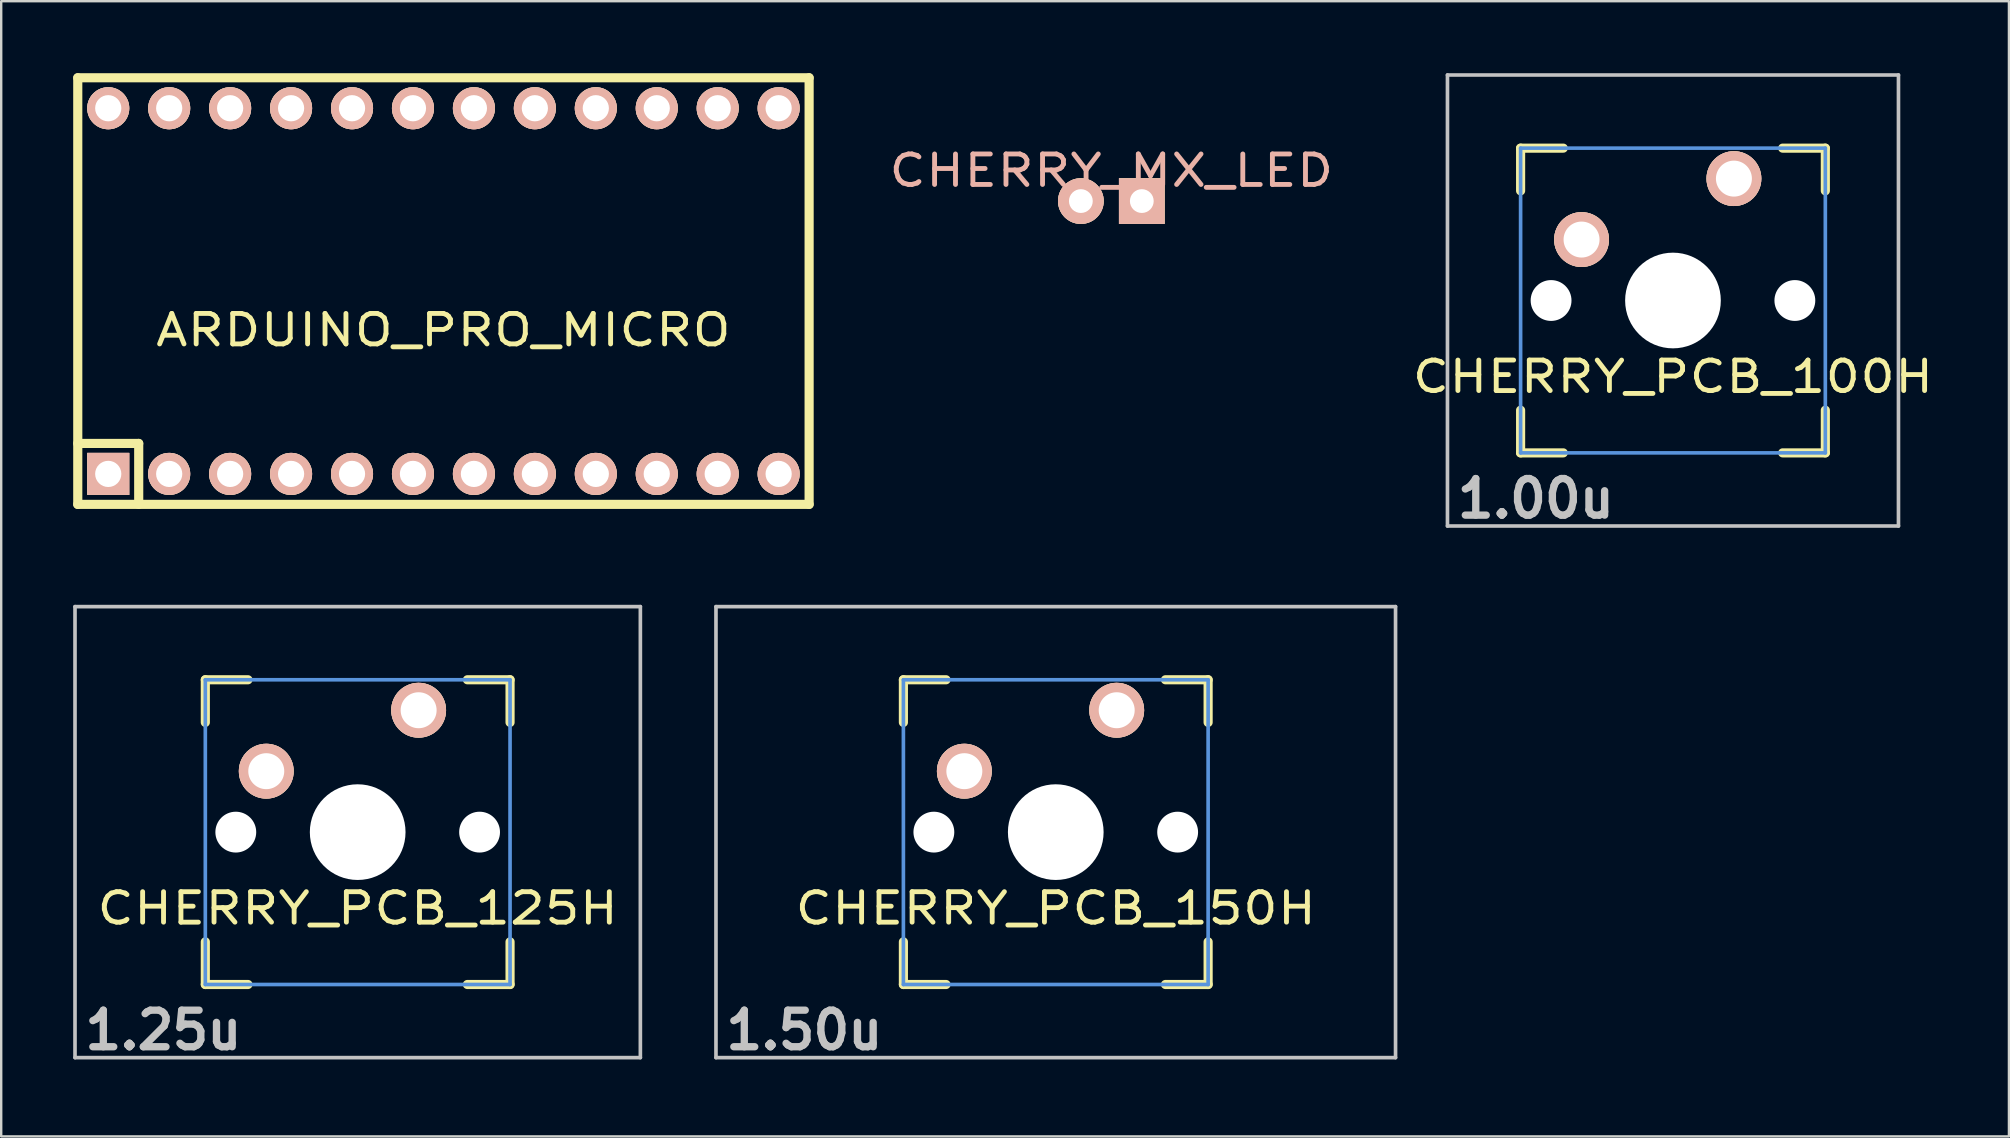
<source format=kicad_pcb>
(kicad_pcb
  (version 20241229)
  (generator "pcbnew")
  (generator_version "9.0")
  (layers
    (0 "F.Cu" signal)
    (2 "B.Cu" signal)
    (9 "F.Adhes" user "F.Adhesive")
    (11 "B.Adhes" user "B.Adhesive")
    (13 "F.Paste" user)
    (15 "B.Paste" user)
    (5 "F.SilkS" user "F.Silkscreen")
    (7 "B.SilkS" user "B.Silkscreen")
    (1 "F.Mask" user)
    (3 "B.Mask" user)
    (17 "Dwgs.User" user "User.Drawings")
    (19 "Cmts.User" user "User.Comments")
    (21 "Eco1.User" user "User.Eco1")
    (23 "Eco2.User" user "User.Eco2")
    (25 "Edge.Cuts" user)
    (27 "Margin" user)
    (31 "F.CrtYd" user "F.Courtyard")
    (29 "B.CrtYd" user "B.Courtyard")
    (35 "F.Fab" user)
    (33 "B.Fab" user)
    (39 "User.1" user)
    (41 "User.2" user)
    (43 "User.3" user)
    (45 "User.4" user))
  (footprint "CHERRY_MX_LED"
    (layer "F.Cu")
    (at 43.266 0.25)
    (property "Reference" "CHERRY_MX_LED" (at 0 3.81 0) (layer "B.SilkS") (effects (font (size 1.27 1.524) (thickness 0.203))))
    (attr through_hole)
    (pad "1" thru_hole circle (at -1.27 5.08) (size 1.905 1.905) (drill 0.991) (layers "*.Cu" "*.SilkS" "*.Mask"))
    (pad "2" thru_hole rect (at 1.27 5.08) (size 1.905 1.905) (drill 0.991) (layers "*.Cu" "*.SilkS" "*.Mask")))
  (footprint "CHERRY_PCB_150H"
    (layer "F.Cu")
    (at 40.95 31.63)
    (property "Reference" "CHERRY_PCB_150H" (at 0 3.175 0) (layer "F.SilkS") (effects (font (size 1.27 1.524) (thickness 0.203))))
    (attr through_hole)
    (fp_line (start -6.35 -6.35) (end -4.572 -6.35) (stroke (width 0.381) (type solid)) (layer "F.SilkS"))
    (fp_line (start -6.35 -4.572) (end -6.35 -6.35) (stroke (width 0.381) (type solid)) (layer "F.SilkS"))
    (fp_line (start -6.35 6.35) (end -6.35 4.572) (stroke (width 0.381) (type solid)) (layer "F.SilkS"))
    (fp_line (start -4.572 6.35) (end -6.35 6.35) (stroke (width 0.381) (type solid)) (layer "F.SilkS"))
    (fp_line (start 4.572 -6.35) (end 6.35 -6.35) (stroke (width 0.381) (type solid)) (layer "F.SilkS"))
    (fp_line (start 6.35 -6.35) (end 6.35 -4.572) (stroke (width 0.381) (type solid)) (layer "F.SilkS"))
    (fp_line (start 6.35 4.572) (end 6.35 6.35) (stroke (width 0.381) (type solid)) (layer "F.SilkS"))
    (fp_line (start 6.35 6.35) (end 4.572 6.35) (stroke (width 0.381) (type solid)) (layer "F.SilkS"))
    (fp_line (start -14.161 -9.398) (end 14.161 -9.398) (stroke (width 0.152) (type solid)) (layer "Dwgs.User"))
    (fp_line (start -14.161 9.398) (end -14.161 -9.398) (stroke (width 0.152) (type solid)) (layer "Dwgs.User"))
    (fp_line (start 14.161 -9.398) (end 14.161 9.398) (stroke (width 0.152) (type solid)) (layer "Dwgs.User"))
    (fp_line (start 14.161 9.398) (end -14.161 9.398) (stroke (width 0.152) (type solid)) (layer "Dwgs.User"))
    (fp_line (start -6.35 -6.35) (end 6.35 -6.35) (stroke (width 0.152) (type solid)) (layer "Cmts.User"))
    (fp_line (start -6.35 6.35) (end -6.35 -6.35) (stroke (width 0.152) (type solid)) (layer "Cmts.User"))
    (fp_line (start 6.35 -6.35) (end 6.35 6.35) (stroke (width 0.152) (type solid)) (layer "Cmts.User"))
    (fp_line (start 6.35 6.35) (end -6.35 6.35) (stroke (width 0.152) (type solid)) (layer "Cmts.User"))
    (fp_line (start -6.985 -6.985) (end 6.985 -6.985) (stroke (width 0.152) (type solid)) (layer "Eco2.User"))
    (fp_line (start -6.985 6.985) (end -6.985 -6.985) (stroke (width 0.152) (type solid)) (layer "Eco2.User"))
    (fp_line (start 6.985 -6.985) (end 6.985 6.985) (stroke (width 0.152) (type solid)) (layer "Eco2.User"))
    (fp_line (start 6.985 6.985) (end -6.985 6.985) (stroke (width 0.152) (type solid)) (layer "Eco2.User"))
    (fp_text user "1.50u" (at -10.477 8.255 0) (layer "Dwgs.User") (effects (font (size 1.524 1.524) (thickness 0.305))))
    (pad "" np_thru_hole circle (at -5.08 0) (size 1.702 1.702) (drill 1.702) (layers "*.Cu"))
    (pad "" np_thru_hole circle (at 0 0) (size 3.988 3.988) (drill 3.988) (layers "*.Cu"))
    (pad "" np_thru_hole circle (at 5.08 0) (size 1.702 1.702) (drill 1.702) (layers "*.Cu"))
    (pad "1" thru_hole circle (at 2.54 -5.08) (size 2.286 2.286) (drill 1.499) (layers "*.Cu" "*.SilkS" "*.Mask"))
    (pad "2" thru_hole circle (at -3.81 -2.54) (size 2.286 2.286) (drill 1.499) (layers "*.Cu" "*.SilkS" "*.Mask")))
  (footprint "CHERRY_PCB_100H"
    (layer "F.Cu")
    (at 66.673 9.474)
    (property "Reference" "CHERRY_PCB_100H" (at 0 3.175 0) (layer "F.SilkS") (effects (font (size 1.27 1.524) (thickness 0.203))))
    (attr through_hole)
    (fp_line (start -6.35 -6.35) (end -4.572 -6.35) (stroke (width 0.381) (type solid)) (layer "F.SilkS"))
    (fp_line (start -6.35 -4.572) (end -6.35 -6.35) (stroke (width 0.381) (type solid)) (layer "F.SilkS"))
    (fp_line (start -6.35 6.35) (end -6.35 4.572) (stroke (width 0.381) (type solid)) (layer "F.SilkS"))
    (fp_line (start -4.572 6.35) (end -6.35 6.35) (stroke (width 0.381) (type solid)) (layer "F.SilkS"))
    (fp_line (start 4.572 -6.35) (end 6.35 -6.35) (stroke (width 0.381) (type solid)) (layer "F.SilkS"))
    (fp_line (start 6.35 -6.35) (end 6.35 -4.572) (stroke (width 0.381) (type solid)) (layer "F.SilkS"))
    (fp_line (start 6.35 4.572) (end 6.35 6.35) (stroke (width 0.381) (type solid)) (layer "F.SilkS"))
    (fp_line (start 6.35 6.35) (end 4.572 6.35) (stroke (width 0.381) (type solid)) (layer "F.SilkS"))
    (fp_line (start -9.398 -9.398) (end 9.398 -9.398) (stroke (width 0.152) (type solid)) (layer "Dwgs.User"))
    (fp_line (start -9.398 9.398) (end -9.398 -9.398) (stroke (width 0.152) (type solid)) (layer "Dwgs.User"))
    (fp_line (start 9.398 -9.398) (end 9.398 9.398) (stroke (width 0.152) (type solid)) (layer "Dwgs.User"))
    (fp_line (start 9.398 9.398) (end -9.398 9.398) (stroke (width 0.152) (type solid)) (layer "Dwgs.User"))
    (fp_line (start -6.35 -6.35) (end 6.35 -6.35) (stroke (width 0.152) (type solid)) (layer "Cmts.User"))
    (fp_line (start -6.35 6.35) (end -6.35 -6.35) (stroke (width 0.152) (type solid)) (layer "Cmts.User"))
    (fp_line (start 6.35 -6.35) (end 6.35 6.35) (stroke (width 0.152) (type solid)) (layer "Cmts.User"))
    (fp_line (start 6.35 6.35) (end -6.35 6.35) (stroke (width 0.152) (type solid)) (layer "Cmts.User"))
    (fp_line (start -6.985 -6.985) (end 6.985 -6.985) (stroke (width 0.152) (type solid)) (layer "Eco2.User"))
    (fp_line (start -6.985 6.985) (end -6.985 -6.985) (stroke (width 0.152) (type solid)) (layer "Eco2.User"))
    (fp_line (start 6.985 -6.985) (end 6.985 6.985) (stroke (width 0.152) (type solid)) (layer "Eco2.User"))
    (fp_line (start 6.985 6.985) (end -6.985 6.985) (stroke (width 0.152) (type solid)) (layer "Eco2.User"))
    (fp_text user "1.00u" (at -5.715 8.255 0) (layer "Dwgs.User") (effects (font (size 1.524 1.524) (thickness 0.305))))
    (pad "" np_thru_hole circle (at -5.08 0) (size 1.702 1.702) (drill 1.702) (layers "*.Cu"))
    (pad "" np_thru_hole circle (at 0 0) (size 3.988 3.988) (drill 3.988) (layers "*.Cu"))
    (pad "" np_thru_hole circle (at 5.08 0) (size 1.702 1.702) (drill 1.702) (layers "*.Cu"))
    (pad "1" thru_hole circle (at 2.54 -5.08) (size 2.286 2.286) (drill 1.499) (layers "*.Cu" "*.SilkS" "*.Mask"))
    (pad "2" thru_hole circle (at -3.81 -2.54) (size 2.286 2.286) (drill 1.499) (layers "*.Cu" "*.SilkS" "*.Mask")))
  (footprint "ARDUINO_PRO_MICRO"
    (layer "F.Cu")
    (at 15.431 9.081)
    (property "Reference" "ARDUINO_PRO_MICRO" (at 0 1.625 0) (layer "F.SilkS") (effects (font (size 1.27 1.524) (thickness 0.203))))
    (attr through_hole)
    (fp_line (start -15.24 -8.89) (end -15.24 8.89) (stroke (width 0.381) (type solid)) (layer "F.SilkS"))
    (fp_line (start -15.24 6.35) (end -12.7 6.35) (stroke (width 0.381) (type solid)) (layer "F.SilkS"))
    (fp_line (start -15.24 8.89) (end 15.24 8.89) (stroke (width 0.381) (type solid)) (layer "F.SilkS"))
    (fp_line (start -12.7 6.35) (end -12.7 8.89) (stroke (width 0.381) (type solid)) (layer "F.SilkS"))
    (fp_line (start 15.24 -8.89) (end -15.24 -8.89) (stroke (width 0.381) (type solid)) (layer "F.SilkS"))
    (fp_line (start 15.24 8.89) (end 15.24 -8.89) (stroke (width 0.381) (type solid)) (layer "F.SilkS"))
    (pad "1" thru_hole rect (at -13.97 7.62) (size 1.753 1.753) (drill 1.092) (layers "*.Cu" "*.SilkS" "*.Mask"))
    (pad "2" thru_hole circle (at -11.43 7.62) (size 1.753 1.753) (drill 1.092) (layers "*.Cu" "*.SilkS" "*.Mask"))
    (pad "3" thru_hole circle (at -8.89 7.62) (size 1.753 1.753) (drill 1.092) (layers "*.Cu" "*.SilkS" "*.Mask"))
    (pad "4" thru_hole circle (at -6.35 7.62) (size 1.753 1.753) (drill 1.092) (layers "*.Cu" "*.SilkS" "*.Mask"))
    (pad "5" thru_hole circle (at -3.81 7.62) (size 1.753 1.753) (drill 1.092) (layers "*.Cu" "*.SilkS" "*.Mask"))
    (pad "6" thru_hole circle (at -1.27 7.62) (size 1.753 1.753) (drill 1.092) (layers "*.Cu" "*.SilkS" "*.Mask"))
    (pad "7" thru_hole circle (at 1.27 7.62) (size 1.753 1.753) (drill 1.092) (layers "*.Cu" "*.SilkS" "*.Mask"))
    (pad "8" thru_hole circle (at 3.81 7.62) (size 1.753 1.753) (drill 1.092) (layers "*.Cu" "*.SilkS" "*.Mask"))
    (pad "9" thru_hole circle (at 6.35 7.62) (size 1.753 1.753) (drill 1.092) (layers "*.Cu" "*.SilkS" "*.Mask"))
    (pad "10" thru_hole circle (at 8.89 7.62) (size 1.753 1.753) (drill 1.092) (layers "*.Cu" "*.SilkS" "*.Mask"))
    (pad "11" thru_hole circle (at 11.43 7.62) (size 1.753 1.753) (drill 1.092) (layers "*.Cu" "*.SilkS" "*.Mask"))
    (pad "12" thru_hole circle (at 13.97 7.62) (size 1.753 1.753) (drill 1.092) (layers "*.Cu" "*.SilkS" "*.Mask"))
    (pad "13" thru_hole circle (at 13.97 -7.62) (size 1.753 1.753) (drill 1.092) (layers "*.Cu" "*.SilkS" "*.Mask"))
    (pad "14" thru_hole circle (at 11.43 -7.62) (size 1.753 1.753) (drill 1.092) (layers "*.Cu" "*.SilkS" "*.Mask"))
    (pad "15" thru_hole circle (at 8.89 -7.62) (size 1.753 1.753) (drill 1.092) (layers "*.Cu" "*.SilkS" "*.Mask"))
    (pad "16" thru_hole circle (at 6.35 -7.62) (size 1.753 1.753) (drill 1.092) (layers "*.Cu" "*.SilkS" "*.Mask"))
    (pad "17" thru_hole circle (at 3.81 -7.62) (size 1.753 1.753) (drill 1.092) (layers "*.Cu" "*.SilkS" "*.Mask"))
    (pad "18" thru_hole circle (at 1.27 -7.62) (size 1.753 1.753) (drill 1.092) (layers "*.Cu" "*.SilkS" "*.Mask"))
    (pad "19" thru_hole circle (at -1.27 -7.62) (size 1.753 1.753) (drill 1.092) (layers "*.Cu" "*.SilkS" "*.Mask"))
    (pad "20" thru_hole circle (at -3.81 -7.62) (size 1.753 1.753) (drill 1.092) (layers "*.Cu" "*.SilkS" "*.Mask"))
    (pad "21" thru_hole circle (at -6.35 -7.62) (size 1.753 1.753) (drill 1.092) (layers "*.Cu" "*.SilkS" "*.Mask"))
    (pad "22" thru_hole circle (at -8.89 -7.62) (size 1.753 1.753) (drill 1.092) (layers "*.Cu" "*.SilkS" "*.Mask"))
    (pad "23" thru_hole circle (at -11.43 -7.62) (size 1.753 1.753) (drill 1.092) (layers "*.Cu" "*.SilkS" "*.Mask"))
    (pad "24" thru_hole circle (at -13.97 -7.62) (size 1.753 1.753) (drill 1.092) (layers "*.Cu" "*.SilkS" "*.Mask")))
  (footprint "CHERRY_PCB_125H"
    (layer "F.Cu")
    (at 11.857 31.63)
    (property "Reference" "CHERRY_PCB_125H" (at 0 3.175 0) (layer "F.SilkS") (effects (font (size 1.27 1.524) (thickness 0.203))))
    (attr through_hole)
    (fp_line (start -6.35 -6.35) (end -4.572 -6.35) (stroke (width 0.381) (type solid)) (layer "F.SilkS"))
    (fp_line (start -6.35 -4.572) (end -6.35 -6.35) (stroke (width 0.381) (type solid)) (layer "F.SilkS"))
    (fp_line (start -6.35 6.35) (end -6.35 4.572) (stroke (width 0.381) (type solid)) (layer "F.SilkS"))
    (fp_line (start -4.572 6.35) (end -6.35 6.35) (stroke (width 0.381) (type solid)) (layer "F.SilkS"))
    (fp_line (start 4.572 -6.35) (end 6.35 -6.35) (stroke (width 0.381) (type solid)) (layer "F.SilkS"))
    (fp_line (start 6.35 -6.35) (end 6.35 -4.572) (stroke (width 0.381) (type solid)) (layer "F.SilkS"))
    (fp_line (start 6.35 4.572) (end 6.35 6.35) (stroke (width 0.381) (type solid)) (layer "F.SilkS"))
    (fp_line (start 6.35 6.35) (end 4.572 6.35) (stroke (width 0.381) (type solid)) (layer "F.SilkS"))
    (fp_line (start -11.781 -9.398) (end 11.781 -9.398) (stroke (width 0.152) (type solid)) (layer "Dwgs.User"))
    (fp_line (start -11.781 9.398) (end -11.781 -9.398) (stroke (width 0.152) (type solid)) (layer "Dwgs.User"))
    (fp_line (start 11.781 -9.398) (end 11.781 9.398) (stroke (width 0.152) (type solid)) (layer "Dwgs.User"))
    (fp_line (start 11.781 9.398) (end -11.781 9.398) (stroke (width 0.152) (type solid)) (layer "Dwgs.User"))
    (fp_line (start -6.35 -6.35) (end 6.35 -6.35) (stroke (width 0.152) (type solid)) (layer "Cmts.User"))
    (fp_line (start -6.35 6.35) (end -6.35 -6.35) (stroke (width 0.152) (type solid)) (layer "Cmts.User"))
    (fp_line (start 6.35 -6.35) (end 6.35 6.35) (stroke (width 0.152) (type solid)) (layer "Cmts.User"))
    (fp_line (start 6.35 6.35) (end -6.35 6.35) (stroke (width 0.152) (type solid)) (layer "Cmts.User"))
    (fp_line (start -6.985 -6.985) (end 6.985 -6.985) (stroke (width 0.152) (type solid)) (layer "Eco2.User"))
    (fp_line (start -6.985 6.985) (end -6.985 -6.985) (stroke (width 0.152) (type solid)) (layer "Eco2.User"))
    (fp_line (start 6.985 -6.985) (end 6.985 6.985) (stroke (width 0.152) (type solid)) (layer "Eco2.User"))
    (fp_line (start 6.985 6.985) (end -6.985 6.985) (stroke (width 0.152) (type solid)) (layer "Eco2.User"))
    (fp_text user "1.25u" (at -8.098 8.255 0) (layer "Dwgs.User") (effects (font (size 1.524 1.524) (thickness 0.305))))
    (pad "" np_thru_hole circle (at -5.08 0) (size 1.702 1.702) (drill 1.702) (layers "*.Cu"))
    (pad "" np_thru_hole circle (at 0 0) (size 3.988 3.988) (drill 3.988) (layers "*.Cu"))
    (pad "" np_thru_hole circle (at 5.08 0) (size 1.702 1.702) (drill 1.702) (layers "*.Cu"))
    (pad "1" thru_hole circle (at 2.54 -5.08) (size 2.286 2.286) (drill 1.499) (layers "*.Cu" "*.SilkS" "*.Mask"))
    (pad "2" thru_hole circle (at -3.81 -2.54) (size 2.286 2.286) (drill 1.499) (layers "*.Cu" "*.SilkS" "*.Mask")))
  (gr_rect
    (start -3 -3)
    (end 80.675 44.311)
    (stroke (width 0.1) (type default))
    (fill no)
    (layer "Edge.Cuts")))
</source>
